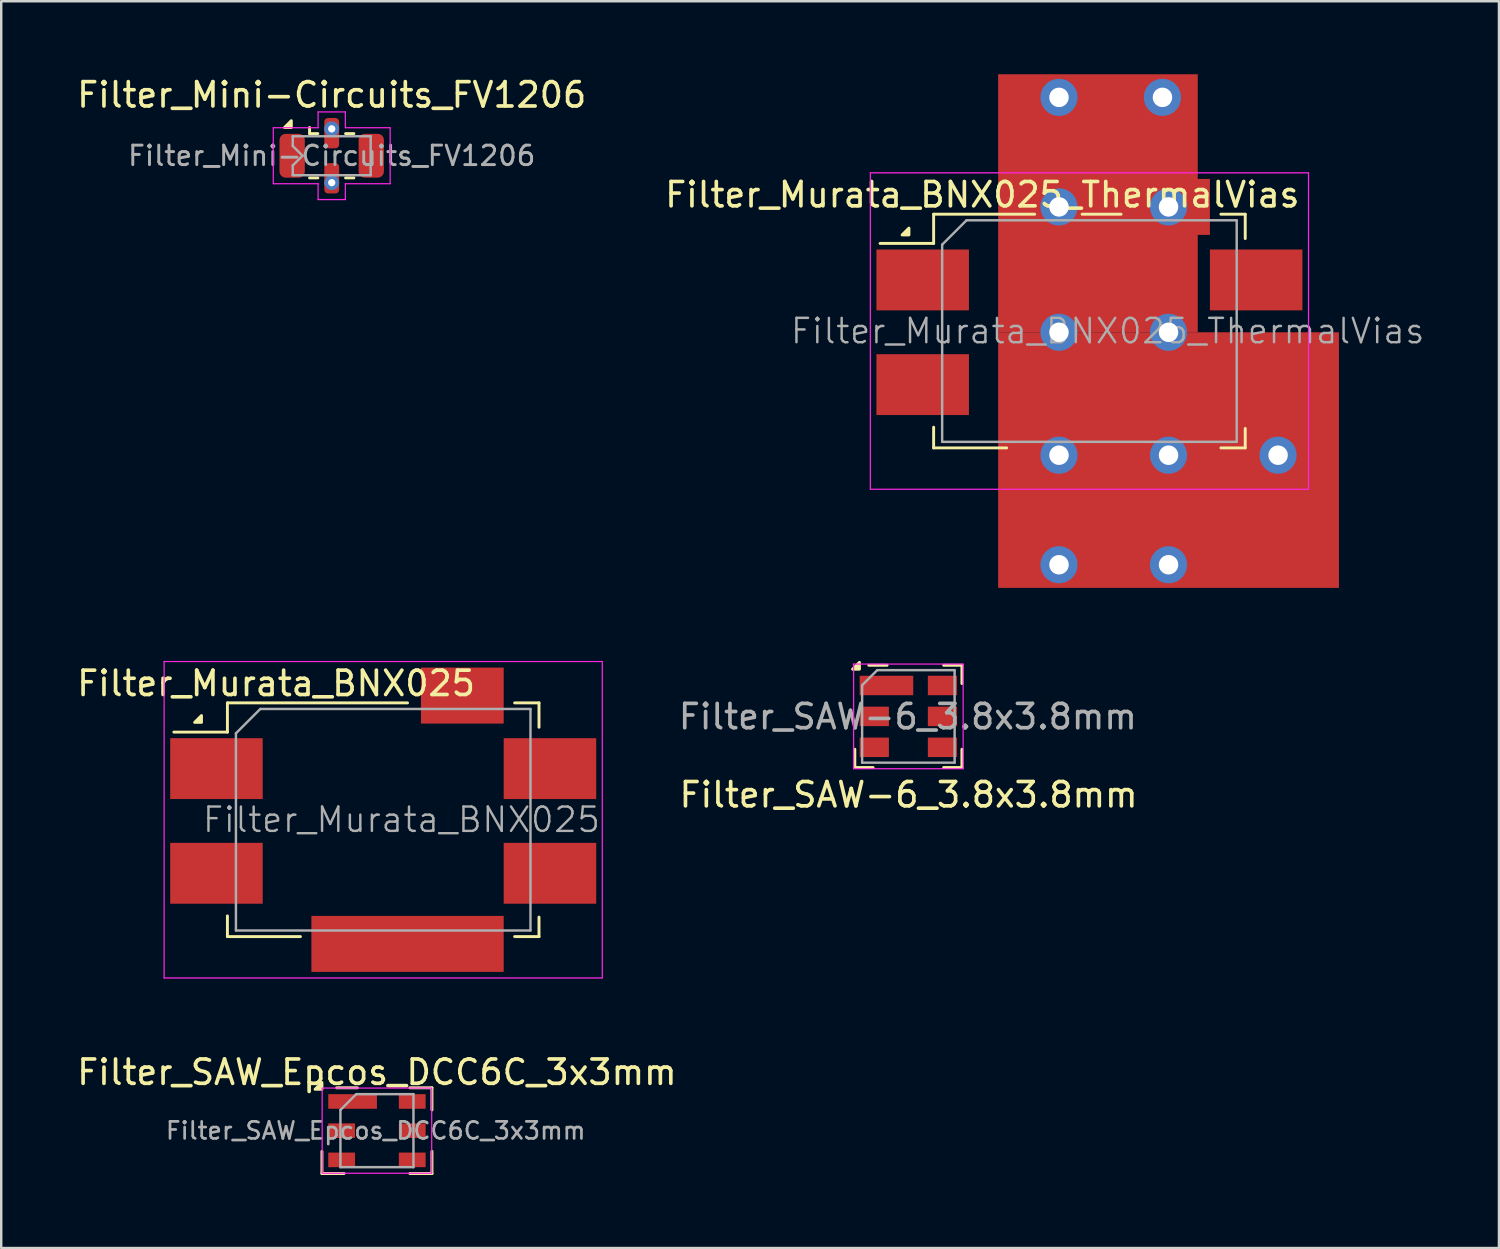
<source format=kicad_pcb>
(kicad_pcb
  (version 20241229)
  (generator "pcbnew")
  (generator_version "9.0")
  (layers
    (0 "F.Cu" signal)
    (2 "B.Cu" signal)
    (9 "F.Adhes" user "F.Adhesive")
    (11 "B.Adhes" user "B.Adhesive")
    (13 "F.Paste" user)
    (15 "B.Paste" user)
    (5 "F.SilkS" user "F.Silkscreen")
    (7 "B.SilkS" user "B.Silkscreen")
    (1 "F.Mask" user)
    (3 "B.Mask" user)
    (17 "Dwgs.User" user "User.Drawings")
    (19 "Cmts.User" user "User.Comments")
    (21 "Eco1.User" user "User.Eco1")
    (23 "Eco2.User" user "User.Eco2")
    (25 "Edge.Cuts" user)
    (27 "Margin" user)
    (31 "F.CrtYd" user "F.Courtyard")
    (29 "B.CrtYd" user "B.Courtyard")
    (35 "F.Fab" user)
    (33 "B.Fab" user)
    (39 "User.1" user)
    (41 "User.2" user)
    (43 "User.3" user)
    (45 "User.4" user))
  (footprint "Filter_Mini-Circuits_FV1206"
    (layer "F.Cu")
    (at 10.577 3.348)
    (property "Reference" "Filter_Mini-Circuits_FV1206" (at 0 -2.5 0) (layer "F.SilkS") (effects (font (size 1 1) (thickness 0.15))))
    (attr smd)
    (fp_line (start -0.91 -0.91) (end -0.91 -1.16) (stroke (width 0.12) (type solid)) (layer "F.SilkS"))
    (fp_line (start -0.91 -0.91) (end -0.57 -0.91) (stroke (width 0.12) (type solid)) (layer "F.SilkS"))
    (fp_line (start -0.91 0.91) (end -0.57 0.91) (stroke (width 0.12) (type solid)) (layer "F.SilkS"))
    (fp_line (start 0.57 -0.91) (end 0.91 -0.91) (stroke (width 0.12) (type solid)) (layer "F.SilkS"))
    (fp_line (start 0.57 0.91) (end 0.91 0.91) (stroke (width 0.12) (type solid)) (layer "F.SilkS"))
    (fp_poly (pts (xy -1.66 -1.16) (xy -1.94 -1.16) (xy -1.66 -1.44) (xy -1.66 -1.16)) (stroke (width 0.12) (type solid)) (fill yes) (layer "F.SilkS"))
    (fp_line (start -2.4 -1.15) (end -2.4 1.15) (stroke (width 0.05) (type solid)) (layer "F.CrtYd"))
    (fp_line (start -2.4 1.15) (end -0.56 1.15) (stroke (width 0.05) (type solid)) (layer "F.CrtYd"))
    (fp_line (start -0.56 -1.15) (end -2.4 -1.15) (stroke (width 0.05) (type solid)) (layer "F.CrtYd"))
    (fp_line (start -0.56 -1.15) (end -0.56 -1.8) (stroke (width 0.05) (type solid)) (layer "F.CrtYd"))
    (fp_line (start -0.56 1.8) (end -0.56 1.15) (stroke (width 0.05) (type solid)) (layer "F.CrtYd"))
    (fp_line (start 0.56 -1.8) (end -0.56 -1.8) (stroke (width 0.05) (type solid)) (layer "F.CrtYd"))
    (fp_line (start 0.56 -1.15) (end 0.56 -1.8) (stroke (width 0.05) (type solid)) (layer "F.CrtYd"))
    (fp_line (start 0.56 -1.15) (end 2.4 -1.15) (stroke (width 0.05) (type solid)) (layer "F.CrtYd"))
    (fp_line (start 0.56 1.8) (end -0.56 1.8) (stroke (width 0.05) (type solid)) (layer "F.CrtYd"))
    (fp_line (start 0.56 1.8) (end 0.56 1.15) (stroke (width 0.05) (type solid)) (layer "F.CrtYd"))
    (fp_line (start 2.4 -1.15) (end 2.4 1.15) (stroke (width 0.05) (type solid)) (layer "F.CrtYd"))
    (fp_line (start 2.4 1.15) (end 0.56 1.15) (stroke (width 0.05) (type solid)) (layer "F.CrtYd"))
    (fp_line (start -1.6 -0.8) (end -1.6 -0.4) (stroke (width 0.1) (type solid)) (layer "F.Fab"))
    (fp_line (start -1.6 -0.8) (end 1.6 -0.8) (stroke (width 0.1) (type solid)) (layer "F.Fab"))
    (fp_line (start -1.6 0.8) (end -1.6 0.4) (stroke (width 0.1) (type solid)) (layer "F.Fab"))
    (fp_line (start -1.2 0) (end -1.6 -0.4) (stroke (width 0.1) (type solid)) (layer "F.Fab"))
    (fp_line (start -1.2 0) (end -1.6 0.4) (stroke (width 0.1) (type solid)) (layer "F.Fab"))
    (fp_line (start 1.6 -0.8) (end 1.6 0.8) (stroke (width 0.1) (type solid)) (layer "F.Fab"))
    (fp_line (start 1.6 0.8) (end -1.6 0.8) (stroke (width 0.1) (type solid)) (layer "F.Fab"))
    (fp_text user "${REFERENCE}" (at 0 0 0) (layer "F.Fab") (effects (font (size 0.8 0.8) (thickness 0.12))))
    (pad "1" smd roundrect (at -1.625 0) (size 1.04 1.8) (layers "F.Cu" "F.Mask" "F.Paste") (roundrect_rratio 0.24))
    (pad "2" smd roundrect (at 0 0.927) (size 0.61 1.245) (layers "F.Cu" "F.Mask" "F.Paste") (roundrect_rratio 0.25))
    (pad "2" thru_hole circle (at 0 1.105) (size 0.61 0.61) (drill 0.3) (layers "*.Cu" "*.Mask"))
    (pad "3" smd roundrect (at 1.625 0) (size 1.04 1.8) (layers "F.Cu" "F.Mask" "F.Paste") (roundrect_rratio 0.24))
    (pad "4" thru_hole circle (at 0 -1.105) (size 0.61 0.61) (drill 0.3) (layers "*.Cu" "*.Mask"))
    (pad "4" smd roundrect (at 0 -0.927) (size 0.61 1.245) (layers "F.Cu" "F.Mask" "F.Paste") (roundrect_rratio 0.25)))
  (footprint "Filter_SAW_Epcos_DCC6C_3x3mm"
    (layer "F.Cu")
    (at 12.435 43.398)
    (property "Reference" "Filter_SAW_Epcos_DCC6C_3x3mm" (at 0 -2.4 0) (unlocked yes) (layer "F.SilkS") (effects (font (size 1 1) (thickness 0.15))))
    (attr smd)
    (fp_line (start -2.26 1.76) (end -2.26 0.85) (stroke (width 0.12) (type solid)) (layer "F.SilkS"))
    (fp_line (start -1.655 -1.76) (end -0.805 -1.76) (stroke (width 0.12) (type solid)) (layer "F.SilkS"))
    (fp_line (start -1.35 1.76) (end -2.26 1.76) (stroke (width 0.12) (type solid)) (layer "F.SilkS"))
    (fp_line (start 2.26 -1.76) (end 1.35 -1.76) (stroke (width 0.12) (type solid)) (layer "F.SilkS"))
    (fp_line (start 2.26 -1.76) (end 2.26 -0.85) (stroke (width 0.12) (type solid)) (layer "F.SilkS"))
    (fp_line (start 2.26 1.76) (end 1.35 1.76) (stroke (width 0.12) (type solid)) (layer "F.SilkS"))
    (fp_line (start 2.26 1.76) (end 2.26 0.85) (stroke (width 0.12) (type solid)) (layer "F.SilkS"))
    (fp_poly (pts (xy -2.26 -1.7) (xy -2.54 -1.7) (xy -2.26 -1.98) (xy -2.26 -1.7)) (stroke (width 0.12) (type solid)) (fill yes) (layer "F.SilkS"))
    (fp_rect (start 2.25 1.75) (end -2.25 -1.75) (stroke (width 0.05) (type solid)) (fill no) (layer "F.CrtYd"))
    (fp_line (start -1.5 -0.85) (end -0.85 -1.5) (stroke (width 0.1) (type solid)) (layer "F.Fab"))
    (fp_line (start -1.5 1.5) (end -1.5 -0.85) (stroke (width 0.1) (type solid)) (layer "F.Fab"))
    (fp_line (start -0.85 -1.5) (end 1.5 -1.5) (stroke (width 0.1) (type solid)) (layer "F.Fab"))
    (fp_line (start 1.5 -1.5) (end 1.5 1.5) (stroke (width 0.1) (type solid)) (layer "F.Fab"))
    (fp_line (start 1.5 1.5) (end -1.5 1.5) (stroke (width 0.1) (type solid)) (layer "F.Fab"))
    (fp_text user "${REFERENCE}" (at -0.05 0 0) (unlocked yes) (layer "F.Fab") (effects (font (size 0.7 0.7) (thickness 0.11))))
    (pad "1" smd rect (at -1 -1.2) (size 2 0.6) (layers "F.Cu" "F.Mask" "F.Paste"))
    (pad "2" smd rect (at -1.45 0) (size 1.1 0.6) (layers "F.Cu" "F.Mask" "F.Paste"))
    (pad "3" smd rect (at -1.45 1.2) (size 1.1 0.6) (layers "F.Cu" "F.Mask" "F.Paste"))
    (pad "4" smd rect (at 1.45 1.2) (size 1.1 0.6) (layers "F.Cu" "F.Mask" "F.Paste"))
    (pad "5" smd rect (at 1.45 0) (size 1.1 0.6) (layers "F.Cu" "F.Mask" "F.Paste"))
    (pad "6" smd rect (at 1.45 -1.2) (size 1.1 0.6) (layers "F.Cu" "F.Mask" "F.Paste")))
  (footprint "Filter_Murata_BNX025_ThermalVias"
    (layer "F.Cu")
    (at 41.704 10.6)
    (property "Reference" "Filter_Murata_BNX025_ThermalVias" (at -4.4 -5.65 180) (layer "F.SilkS") (effects (font (size 1 1) (thickness 0.15))))
    (attr smd)
    (fp_line (start -6.4 -3.65) (end -8.6 -3.65) (stroke (width 0.12) (type solid)) (layer "F.SilkS"))
    (fp_line (start -6.4 -3.65) (end -6.4 -4.85) (stroke (width 0.12) (type solid)) (layer "F.SilkS"))
    (fp_line (start -6.4 4.75) (end -6.4 3.9) (stroke (width 0.12) (type solid)) (layer "F.SilkS"))
    (fp_line (start -3.4 4.75) (end -6.4 4.75) (stroke (width 0.12) (type solid)) (layer "F.SilkS"))
    (fp_line (start -2.25 -4.85) (end -6.4 -4.85) (stroke (width 0.12) (type solid)) (layer "F.SilkS"))
    (fp_line (start 1.3 -4.85) (end -0.3 -4.85) (stroke (width 0.12) (type solid)) (layer "F.SilkS"))
    (fp_line (start 5.4 4.75) (end 6.4 4.75) (stroke (width 0.12) (type solid)) (layer "F.SilkS"))
    (fp_line (start 6.4 -4.85) (end 5.4 -4.85) (stroke (width 0.12) (type solid)) (layer "F.SilkS"))
    (fp_line (start 6.4 -3.85) (end 6.4 -4.85) (stroke (width 0.12) (type solid)) (layer "F.SilkS"))
    (fp_line (start 6.4 4.75) (end 6.4 3.95) (stroke (width 0.12) (type solid)) (layer "F.SilkS"))
    (fp_poly (pts (xy -7.415 -4) (xy -7.695 -4) (xy -7.415 -4.28) (xy -7.415 -4)) (stroke (width 0.12) (type solid)) (fill yes) (layer "F.SilkS"))
    (fp_line (start -9 -6.55) (end -9 6.45) (stroke (width 0.05) (type solid)) (layer "F.CrtYd"))
    (fp_line (start -9 -6.55) (end 9 -6.55) (stroke (width 0.05) (type solid)) (layer "F.CrtYd"))
    (fp_line (start 9 6.45) (end -9 6.45) (stroke (width 0.05) (type solid)) (layer "F.CrtYd"))
    (fp_line (start 9 6.45) (end 9 -6.55) (stroke (width 0.05) (type solid)) (layer "F.CrtYd"))
    (fp_line (start -6.05 4.5) (end -6.05 -3.6) (stroke (width 0.1) (type solid)) (layer "F.Fab"))
    (fp_line (start -5.05 -4.6) (end -6.05 -3.6) (stroke (width 0.1) (type solid)) (layer "F.Fab"))
    (fp_line (start -5.05 -4.6) (end 6.05 -4.6) (stroke (width 0.1) (type solid)) (layer "F.Fab"))
    (fp_line (start 6.05 -4.6) (end 6.05 4.5) (stroke (width 0.1) (type solid)) (layer "F.Fab"))
    (fp_line (start 6.05 4.5) (end -6.05 4.5) (stroke (width 0.1) (type solid)) (layer "F.Fab"))
    (fp_text user "${REFERENCE}" (at 0.75 -0.05 0) (layer "F.Fab") (effects (font (size 1 1) (thickness 0.1))))
    (pad "1" smd rect (at -6.85 -2.15) (size 3.8 2.5) (layers "F.Cu" "F.Mask" "F.Paste"))
    (pad "2" smd rect (at 6.85 -2.15) (size 3.8 2.5) (layers "F.Cu" "F.Mask" "F.Paste"))
    (pad "3" smd rect (at -6.85 2.15) (size 3.8 2.5) (layers "F.Cu" "F.Mask" "F.Paste"))
    (pad "4" thru_hole circle (at -1.25 -9.65) (size 1.524 1.524) (drill 0.8) (layers "*.Cu"))
    (pad "4" thru_hole circle (at -1.25 -5.15) (size 1.524 1.524) (drill 0.8) (layers "*.Cu"))
    (pad "4" thru_hole circle (at -1.25 0) (size 1.524 1.524) (drill 0.8) (layers "*.Cu"))
    (pad "4" thru_hole circle (at -1.25 5.05) (size 1.524 1.524) (drill 0.8) (layers "*.Cu"))
    (pad "4" thru_hole circle (at -1.25 9.55) (size 1.524 1.524) (drill 0.8) (layers "*.Cu"))
    (pad "4" smd rect (at 0.35 -5.3) (size 8.2 10.6) (layers "F.Cu"))
    (pad "4" smd rect (at 1 5.05) (size 7.9 2.3) (layers "F.Cu" "F.Mask" "F.Paste"))
    (pad "4" thru_hole circle (at 3 -9.65) (size 1.524 1.524) (drill 0.8) (layers "*.Cu"))
    (pad "4" thru_hole circle (at 3.25 -5.15) (size 1.524 1.524) (drill 0.8) (layers "*.Cu"))
    (pad "4" smd rect (at 3.25 -5.15) (size 3.4 2.3) (layers "F.Cu" "F.Mask" "F.Paste"))
    (pad "4" thru_hole circle (at 3.25 0) (size 1.524 1.524) (drill 0.8) (layers "*.Cu"))
    (pad "4" thru_hole circle (at 3.25 5.05) (size 1.524 1.524) (drill 0.8) (layers "*.Cu"))
    (pad "4" smd rect (at 3.25 5.25) (size 14 10.5) (layers "F.Cu"))
    (pad "4" thru_hole circle (at 3.25 9.55) (size 1.524 1.524) (drill 0.8) (layers "*.Cu"))
    (pad "4" smd rect (at 6.85 2.15) (size 3.8 2.5) (layers "F.Cu" "F.Mask" "F.Paste"))
    (pad "4" thru_hole circle (at 7.75 5.05) (size 1.524 1.524) (drill 0.8) (layers "*.Cu")))
  (footprint "Filter_SAW-6_3.8x3.8mm"
    (layer "F.Cu")
    (at 34.266 26.38)
    (property "Reference" "Filter_SAW-6_3.8x3.8mm" (at 0.01 3.22 0) (layer "F.SilkS") (effects (font (size 1 1) (thickness 0.15))))
    (attr smd)
    (fp_line (start -2.2 2.1) (end -2.2 1.35) (stroke (width 0.12) (type solid)) (layer "F.SilkS"))
    (fp_line (start -2.2 2.1) (end -1.45 2.1) (stroke (width 0.12) (type solid)) (layer "F.SilkS"))
    (fp_line (start -1.625 -2.1) (end -0.875 -2.1) (stroke (width 0.12) (type solid)) (layer "F.SilkS"))
    (fp_line (start 2.2 -2.1) (end 1.45 -2.1) (stroke (width 0.12) (type solid)) (layer "F.SilkS"))
    (fp_line (start 2.2 -2.1) (end 2.2 -1.35) (stroke (width 0.12) (type solid)) (layer "F.SilkS"))
    (fp_line (start 2.2 2.1) (end 1.45 2.1) (stroke (width 0.12) (type solid)) (layer "F.SilkS"))
    (fp_line (start 2.2 2.1) (end 2.2 1.35) (stroke (width 0.12) (type solid)) (layer "F.SilkS"))
    (fp_poly (pts (xy -2.01 -1.94) (xy -2.29 -1.94) (xy -2.01 -2.22) (xy -2.01 -1.94)) (stroke (width 0.12) (type solid)) (fill yes) (layer "F.SilkS"))
    (fp_line (start -2.25 -2.15) (end 2.25 -2.15) (stroke (width 0.05) (type solid)) (layer "F.CrtYd"))
    (fp_line (start -2.25 2.15) (end -2.25 -2.15) (stroke (width 0.05) (type solid)) (layer "F.CrtYd"))
    (fp_line (start 2.25 -2.15) (end 2.25 2.15) (stroke (width 0.05) (type solid)) (layer "F.CrtYd"))
    (fp_line (start 2.25 2.15) (end -2.25 2.15) (stroke (width 0.05) (type solid)) (layer "F.CrtYd"))
    (fp_line (start -1.9 1.9) (end -1.9 -1.28) (stroke (width 0.1) (type solid)) (layer "F.Fab"))
    (fp_line (start -1.28 -1.9) (end -1.9 -1.28) (stroke (width 0.1) (type solid)) (layer "F.Fab"))
    (fp_line (start -1.28 -1.9) (end 1.9 -1.9) (stroke (width 0.1) (type solid)) (layer "F.Fab"))
    (fp_line (start 1.9 -1.9) (end 1.9 1.9) (stroke (width 0.1) (type solid)) (layer "F.Fab"))
    (fp_line (start 1.9 1.9) (end -1.9 1.9) (stroke (width 0.1) (type solid)) (layer "F.Fab"))
    (fp_text user "${REFERENCE}" (at -0.02 0.01 0) (layer "F.Fab") (effects (font (size 1 1) (thickness 0.15))))
    (pad "1" smd rect (at -0.9 -1.27) (size 2.2 0.8) (layers "F.Cu" "F.Mask" "F.Paste"))
    (pad "2" smd rect (at -1.4 0) (size 1.2 0.8) (layers "F.Cu" "F.Mask" "F.Paste"))
    (pad "3" smd rect (at -1.4 1.27) (size 1.2 0.8) (layers "F.Cu" "F.Mask" "F.Paste"))
    (pad "4" smd rect (at 1.4 1.27) (size 1.2 0.8) (layers "F.Cu" "F.Mask" "F.Paste"))
    (pad "5" smd rect (at 1.4 0) (size 1.2 0.8) (layers "F.Cu" "F.Mask" "F.Paste"))
    (pad "6" smd rect (at 1.4 -1.27) (size 1.2 0.8) (layers "F.Cu" "F.Mask" "F.Paste")))
  (footprint "Filter_Murata_BNX025"
    (layer "F.Cu")
    (at 12.692 30.625)
    (property "Reference" "Filter_Murata_BNX025" (at -4.4 -5.6 180) (layer "F.SilkS") (effects (font (size 1 1) (thickness 0.15))))
    (attr smd)
    (fp_line (start -6.4 -3.6) (end -8.6 -3.6) (stroke (width 0.12) (type solid)) (layer "F.SilkS"))
    (fp_line (start -6.4 -3.6) (end -6.4 -4.8) (stroke (width 0.12) (type solid)) (layer "F.SilkS"))
    (fp_line (start -6.4 4.8) (end -6.4 3.95) (stroke (width 0.12) (type solid)) (layer "F.SilkS"))
    (fp_line (start -3.4 4.8) (end -6.4 4.8) (stroke (width 0.12) (type solid)) (layer "F.SilkS"))
    (fp_line (start 1 -4.8) (end -6.4 -4.8) (stroke (width 0.12) (type solid)) (layer "F.SilkS"))
    (fp_line (start 5.4 4.8) (end 6.4 4.8) (stroke (width 0.12) (type solid)) (layer "F.SilkS"))
    (fp_line (start 6.4 -4.8) (end 5.4 -4.8) (stroke (width 0.12) (type solid)) (layer "F.SilkS"))
    (fp_line (start 6.4 -3.8) (end 6.4 -4.8) (stroke (width 0.12) (type solid)) (layer "F.SilkS"))
    (fp_line (start 6.4 4.8) (end 6.4 4) (stroke (width 0.12) (type solid)) (layer "F.SilkS"))
    (fp_poly (pts (xy -7.465 -4) (xy -7.745 -4) (xy -7.465 -4.28) (xy -7.465 -4)) (stroke (width 0.12) (type solid)) (fill yes) (layer "F.SilkS"))
    (fp_line (start -9 -6.5) (end -9 6.5) (stroke (width 0.05) (type solid)) (layer "F.CrtYd"))
    (fp_line (start -9 -6.5) (end 9 -6.5) (stroke (width 0.05) (type solid)) (layer "F.CrtYd"))
    (fp_line (start 9 6.5) (end -9 6.5) (stroke (width 0.05) (type solid)) (layer "F.CrtYd"))
    (fp_line (start 9 6.5) (end 9 -6.5) (stroke (width 0.05) (type solid)) (layer "F.CrtYd"))
    (fp_line (start -6.05 4.55) (end -6.05 -3.55) (stroke (width 0.1) (type solid)) (layer "F.Fab"))
    (fp_line (start -5.05 -4.55) (end -6.05 -3.55) (stroke (width 0.1) (type solid)) (layer "F.Fab"))
    (fp_line (start -5.05 -4.55) (end 6.05 -4.55) (stroke (width 0.1) (type solid)) (layer "F.Fab"))
    (fp_line (start 6.05 -4.55) (end 6.05 4.55) (stroke (width 0.1) (type solid)) (layer "F.Fab"))
    (fp_line (start 6.05 4.55) (end -6.05 4.55) (stroke (width 0.1) (type solid)) (layer "F.Fab"))
    (fp_text user "${REFERENCE}" (at 0.75 0 0) (layer "F.Fab") (effects (font (size 1 1) (thickness 0.1))))
    (pad "1" smd rect (at -6.85 -2.1) (size 3.8 2.5) (layers "F.Cu" "F.Mask" "F.Paste"))
    (pad "2" smd rect (at 6.85 -2.1) (size 3.8 2.5) (layers "F.Cu" "F.Mask" "F.Paste"))
    (pad "3" smd rect (at -6.85 2.2) (size 3.8 2.5) (layers "F.Cu" "F.Mask" "F.Paste"))
    (pad "4" smd rect (at 1 5.1) (size 7.9 2.3) (layers "F.Cu" "F.Mask" "F.Paste"))
    (pad "4" smd rect (at 3.25 -5.1) (size 3.4 2.3) (layers "F.Cu" "F.Mask" "F.Paste"))
    (pad "4" smd rect (at 6.85 2.2) (size 3.8 2.5) (layers "F.Cu" "F.Mask" "F.Paste")))
  (gr_rect
    (start -3 -3)
    (end 58.527 48.218)
    (stroke (width 0.1) (type default))
    (fill no)
    (layer "Edge.Cuts")))
</source>
